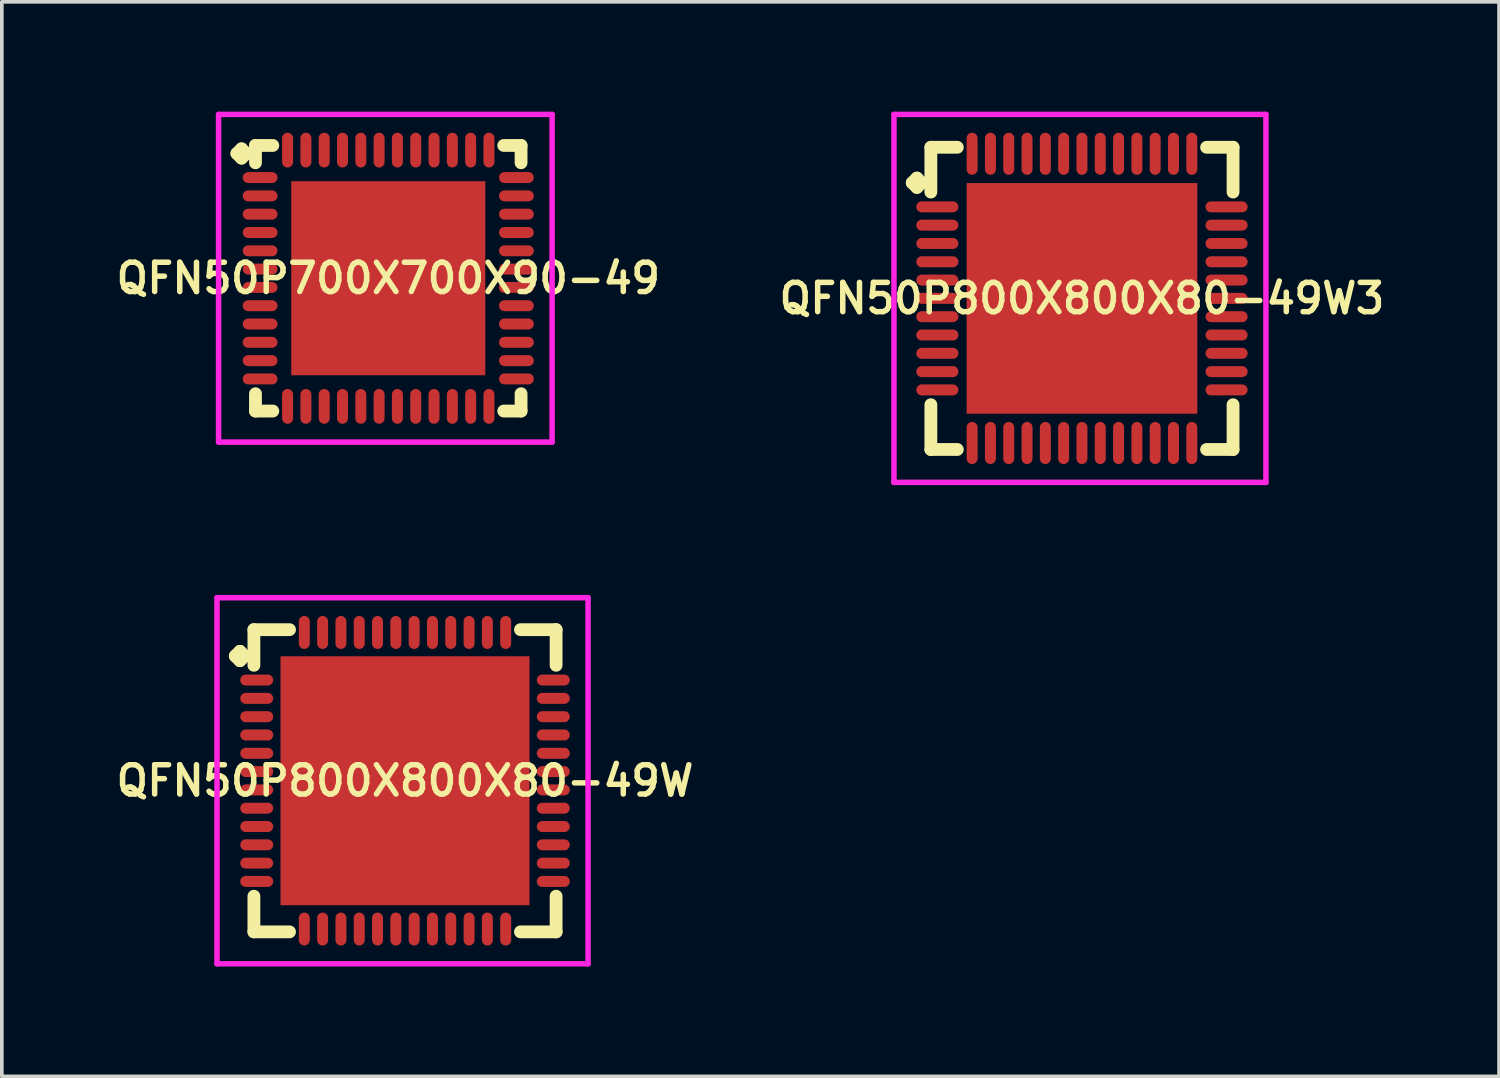
<source format=kicad_pcb>
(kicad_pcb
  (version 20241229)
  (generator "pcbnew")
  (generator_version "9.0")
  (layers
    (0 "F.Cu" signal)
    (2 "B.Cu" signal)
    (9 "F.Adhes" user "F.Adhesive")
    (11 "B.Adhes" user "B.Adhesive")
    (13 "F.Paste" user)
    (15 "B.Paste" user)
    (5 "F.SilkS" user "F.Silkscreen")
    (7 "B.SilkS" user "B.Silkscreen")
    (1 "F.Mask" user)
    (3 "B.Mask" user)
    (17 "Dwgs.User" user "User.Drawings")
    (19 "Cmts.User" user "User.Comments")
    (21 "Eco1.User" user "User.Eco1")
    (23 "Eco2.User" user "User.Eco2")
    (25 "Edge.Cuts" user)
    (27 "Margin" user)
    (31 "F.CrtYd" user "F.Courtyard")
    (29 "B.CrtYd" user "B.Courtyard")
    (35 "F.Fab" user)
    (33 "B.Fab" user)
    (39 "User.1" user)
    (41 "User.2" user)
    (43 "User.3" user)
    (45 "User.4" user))
  (footprint "QFN50P800X800X80-49W"
    (layer "F.Cu")
    (at 8.012 18.275)
    (property "Reference" "QFN50P800X800X80-49W" (at 0 0 0) (layer "F.SilkS") (effects (font (size 0.8 0.8) (thickness 0.15))))
    (attr smd)
    (fp_line (start -4.635 -3.408) (end -4.508 -3.535) (stroke (width 0.35) (type solid)) (layer "F.SilkS"))
    (fp_line (start -4.508 -3.535) (end -4.381 -3.408) (stroke (width 0.35) (type solid)) (layer "F.SilkS"))
    (fp_line (start -4.508 -3.281) (end -4.635 -3.408) (stroke (width 0.35) (type solid)) (layer "F.SilkS"))
    (fp_line (start -4.381 -3.408) (end -4.508 -3.281) (stroke (width 0.35) (type solid)) (layer "F.SilkS"))
    (fp_line (start -4.127 -4.127) (end -3.154 -4.127) (stroke (width 0.35) (type solid)) (layer "F.SilkS"))
    (fp_line (start -4.127 -3.154) (end -4.127 -4.127) (stroke (width 0.35) (type solid)) (layer "F.SilkS"))
    (fp_line (start -4.127 3.154) (end -4.127 4.127) (stroke (width 0.35) (type solid)) (layer "F.SilkS"))
    (fp_line (start -4.127 4.127) (end -3.154 4.127) (stroke (width 0.35) (type solid)) (layer "F.SilkS"))
    (fp_line (start 3.154 -4.127) (end 4.127 -4.127) (stroke (width 0.35) (type solid)) (layer "F.SilkS"))
    (fp_line (start 3.154 4.127) (end 4.127 4.127) (stroke (width 0.35) (type solid)) (layer "F.SilkS"))
    (fp_line (start 4.127 -4.127) (end 4.127 -3.154) (stroke (width 0.35) (type solid)) (layer "F.SilkS"))
    (fp_line (start 4.127 4.127) (end 4.127 3.154) (stroke (width 0.35) (type solid)) (layer "F.SilkS"))
    (fp_line (start -5.135 -5) (end 5 -5) (stroke (width 0.15) (type solid)) (layer "F.CrtYd"))
    (fp_line (start -5.135 5) (end -5.135 -5) (stroke (width 0.15) (type solid)) (layer "F.CrtYd"))
    (fp_line (start 5 -5) (end 5 5) (stroke (width 0.15) (type solid)) (layer "F.CrtYd"))
    (fp_line (start 5 5) (end -5.135 5) (stroke (width 0.15) (type solid)) (layer "F.CrtYd"))
    (pad "1" smd oval (at -4.05 -2.75) (size 0.9 0.3) (layers "F.Cu" "F.Mask" "F.Paste"))
    (pad "2" smd oval (at -4.05 -2.25) (size 0.9 0.3) (layers "F.Cu" "F.Mask" "F.Paste"))
    (pad "3" smd oval (at -4.05 -1.75) (size 0.9 0.3) (layers "F.Cu" "F.Mask" "F.Paste"))
    (pad "4" smd oval (at -4.05 -1.25) (size 0.9 0.3) (layers "F.Cu" "F.Mask" "F.Paste"))
    (pad "5" smd oval (at -4.05 -0.75) (size 0.9 0.3) (layers "F.Cu" "F.Mask" "F.Paste"))
    (pad "6" smd oval (at -4.05 -0.25) (size 0.9 0.3) (layers "F.Cu" "F.Mask" "F.Paste"))
    (pad "7" smd oval (at -4.05 0.25) (size 0.9 0.3) (layers "F.Cu" "F.Mask" "F.Paste"))
    (pad "8" smd oval (at -4.05 0.75) (size 0.9 0.3) (layers "F.Cu" "F.Mask" "F.Paste"))
    (pad "9" smd oval (at -4.05 1.25) (size 0.9 0.3) (layers "F.Cu" "F.Mask" "F.Paste"))
    (pad "10" smd oval (at -4.05 1.75) (size 0.9 0.3) (layers "F.Cu" "F.Mask" "F.Paste"))
    (pad "11" smd oval (at -4.05 2.25) (size 0.9 0.3) (layers "F.Cu" "F.Mask" "F.Paste"))
    (pad "12" smd oval (at -4.05 2.75) (size 0.9 0.3) (layers "F.Cu" "F.Mask" "F.Paste"))
    (pad "13" smd oval (at -2.75 4.05) (size 0.3 0.9) (layers "F.Cu" "F.Mask" "F.Paste"))
    (pad "14" smd oval (at -2.25 4.05) (size 0.3 0.9) (layers "F.Cu" "F.Mask" "F.Paste"))
    (pad "15" smd oval (at -1.75 4.05) (size 0.3 0.9) (layers "F.Cu" "F.Mask" "F.Paste"))
    (pad "16" smd oval (at -1.25 4.05) (size 0.3 0.9) (layers "F.Cu" "F.Mask" "F.Paste"))
    (pad "17" smd oval (at -0.75 4.05) (size 0.3 0.9) (layers "F.Cu" "F.Mask" "F.Paste"))
    (pad "18" smd oval (at -0.25 4.05) (size 0.3 0.9) (layers "F.Cu" "F.Mask" "F.Paste"))
    (pad "19" smd oval (at 0.25 4.05) (size 0.3 0.9) (layers "F.Cu" "F.Mask" "F.Paste"))
    (pad "20" smd oval (at 0.75 4.05) (size 0.3 0.9) (layers "F.Cu" "F.Mask" "F.Paste"))
    (pad "21" smd oval (at 1.25 4.05) (size 0.3 0.9) (layers "F.Cu" "F.Mask" "F.Paste"))
    (pad "22" smd oval (at 1.75 4.05) (size 0.3 0.9) (layers "F.Cu" "F.Mask" "F.Paste"))
    (pad "23" smd oval (at 2.25 4.05) (size 0.3 0.9) (layers "F.Cu" "F.Mask" "F.Paste"))
    (pad "24" smd oval (at 2.75 4.05) (size 0.3 0.9) (layers "F.Cu" "F.Mask" "F.Paste"))
    (pad "25" smd oval (at 4.05 2.75) (size 0.9 0.3) (layers "F.Cu" "F.Mask" "F.Paste"))
    (pad "26" smd oval (at 4.05 2.25) (size 0.9 0.3) (layers "F.Cu" "F.Mask" "F.Paste"))
    (pad "27" smd oval (at 4.05 1.75) (size 0.9 0.3) (layers "F.Cu" "F.Mask" "F.Paste"))
    (pad "28" smd oval (at 4.05 1.25) (size 0.9 0.3) (layers "F.Cu" "F.Mask" "F.Paste"))
    (pad "29" smd oval (at 4.05 0.75) (size 0.9 0.3) (layers "F.Cu" "F.Mask" "F.Paste"))
    (pad "30" smd oval (at 4.05 0.25) (size 0.9 0.3) (layers "F.Cu" "F.Mask" "F.Paste"))
    (pad "31" smd oval (at 4.05 -0.25) (size 0.9 0.3) (layers "F.Cu" "F.Mask" "F.Paste"))
    (pad "32" smd oval (at 4.05 -0.75) (size 0.9 0.3) (layers "F.Cu" "F.Mask" "F.Paste"))
    (pad "33" smd oval (at 4.05 -1.25) (size 0.9 0.3) (layers "F.Cu" "F.Mask" "F.Paste"))
    (pad "34" smd oval (at 4.05 -1.75) (size 0.9 0.3) (layers "F.Cu" "F.Mask" "F.Paste"))
    (pad "35" smd oval (at 4.05 -2.25) (size 0.9 0.3) (layers "F.Cu" "F.Mask" "F.Paste"))
    (pad "36" smd oval (at 4.05 -2.75) (size 0.9 0.3) (layers "F.Cu" "F.Mask" "F.Paste"))
    (pad "37" smd oval (at 2.75 -4.05) (size 0.3 0.9) (layers "F.Cu" "F.Mask" "F.Paste"))
    (pad "38" smd oval (at 2.25 -4.05) (size 0.3 0.9) (layers "F.Cu" "F.Mask" "F.Paste"))
    (pad "39" smd oval (at 1.75 -4.05) (size 0.3 0.9) (layers "F.Cu" "F.Mask" "F.Paste"))
    (pad "40" smd oval (at 1.25 -4.05) (size 0.3 0.9) (layers "F.Cu" "F.Mask" "F.Paste"))
    (pad "41" smd oval (at 0.75 -4.05) (size 0.3 0.9) (layers "F.Cu" "F.Mask" "F.Paste"))
    (pad "42" smd oval (at 0.25 -4.05) (size 0.3 0.9) (layers "F.Cu" "F.Mask" "F.Paste"))
    (pad "43" smd oval (at -0.25 -4.05) (size 0.3 0.9) (layers "F.Cu" "F.Mask" "F.Paste"))
    (pad "44" smd oval (at -0.75 -4.05) (size 0.3 0.9) (layers "F.Cu" "F.Mask" "F.Paste"))
    (pad "45" smd oval (at -1.25 -4.05) (size 0.3 0.9) (layers "F.Cu" "F.Mask" "F.Paste"))
    (pad "46" smd oval (at -1.75 -4.05) (size 0.3 0.9) (layers "F.Cu" "F.Mask" "F.Paste"))
    (pad "47" smd oval (at -2.25 -4.05) (size 0.3 0.9) (layers "F.Cu" "F.Mask" "F.Paste"))
    (pad "48" smd oval (at -2.75 -4.05) (size 0.3 0.9) (layers "F.Cu" "F.Mask" "F.Paste"))
    (pad "49" smd rect (at 0 0) (size 6.8 6.8) (layers "F.Cu" "F.Mask" "F.Paste")))
  (footprint "QFN50P800X800X80-49W3"
    (layer "F.Cu")
    (at 26.502 5.1)
    (property "Reference" "QFN50P800X800X80-49W3" (at 0 0 0) (layer "F.SilkS") (effects (font (size 0.8 0.8) (thickness 0.15))))
    (attr smd)
    (fp_line (start -4.635 -3.158) (end -4.508 -3.285) (stroke (width 0.35) (type solid)) (layer "F.SilkS"))
    (fp_line (start -4.508 -3.285) (end -4.381 -3.158) (stroke (width 0.35) (type solid)) (layer "F.SilkS"))
    (fp_line (start -4.508 -3.031) (end -4.635 -3.158) (stroke (width 0.35) (type solid)) (layer "F.SilkS"))
    (fp_line (start -4.381 -3.158) (end -4.508 -3.031) (stroke (width 0.35) (type solid)) (layer "F.SilkS"))
    (fp_line (start -4.127 -4.127) (end -3.404 -4.127) (stroke (width 0.35) (type solid)) (layer "F.SilkS"))
    (fp_line (start -4.127 -2.904) (end -4.127 -4.127) (stroke (width 0.35) (type solid)) (layer "F.SilkS"))
    (fp_line (start -4.127 2.904) (end -4.127 4.127) (stroke (width 0.35) (type solid)) (layer "F.SilkS"))
    (fp_line (start -4.127 4.127) (end -3.404 4.127) (stroke (width 0.35) (type solid)) (layer "F.SilkS"))
    (fp_line (start 3.404 -4.127) (end 4.127 -4.127) (stroke (width 0.35) (type solid)) (layer "F.SilkS"))
    (fp_line (start 3.404 4.127) (end 4.127 4.127) (stroke (width 0.35) (type solid)) (layer "F.SilkS"))
    (fp_line (start 4.127 -4.127) (end 4.127 -2.904) (stroke (width 0.35) (type solid)) (layer "F.SilkS"))
    (fp_line (start 4.127 4.127) (end 4.127 2.904) (stroke (width 0.35) (type solid)) (layer "F.SilkS"))
    (fp_line (start -5.135 -5.025) (end 5.025 -5.025) (stroke (width 0.15) (type solid)) (layer "F.CrtYd"))
    (fp_line (start -5.135 5.025) (end -5.135 -5.025) (stroke (width 0.15) (type solid)) (layer "F.CrtYd"))
    (fp_line (start 5.025 -5.025) (end 5.025 5.025) (stroke (width 0.15) (type solid)) (layer "F.CrtYd"))
    (fp_line (start 5.025 5.025) (end -5.135 5.025) (stroke (width 0.15) (type solid)) (layer "F.CrtYd"))
    (pad "1" smd oval (at -3.95 -2.5) (size 1.15 0.3) (layers "F.Cu" "F.Mask" "F.Paste"))
    (pad "2" smd oval (at -3.95 -2) (size 1.15 0.3) (layers "F.Cu" "F.Mask" "F.Paste"))
    (pad "3" smd oval (at -3.95 -1.5) (size 1.15 0.3) (layers "F.Cu" "F.Mask" "F.Paste"))
    (pad "4" smd oval (at -3.95 -1) (size 1.15 0.3) (layers "F.Cu" "F.Mask" "F.Paste"))
    (pad "5" smd oval (at -3.95 -0.5) (size 1.15 0.3) (layers "F.Cu" "F.Mask" "F.Paste"))
    (pad "6" smd oval (at -3.95 0) (size 1.15 0.3) (layers "F.Cu" "F.Mask" "F.Paste"))
    (pad "7" smd oval (at -3.95 0.5) (size 1.15 0.3) (layers "F.Cu" "F.Mask" "F.Paste"))
    (pad "8" smd oval (at -3.95 1) (size 1.15 0.3) (layers "F.Cu" "F.Mask" "F.Paste"))
    (pad "9" smd oval (at -3.95 1.5) (size 1.15 0.3) (layers "F.Cu" "F.Mask" "F.Paste"))
    (pad "10" smd oval (at -3.95 2) (size 1.15 0.3) (layers "F.Cu" "F.Mask" "F.Paste"))
    (pad "11" smd oval (at -3.95 2.5) (size 1.15 0.3) (layers "F.Cu" "F.Mask" "F.Paste"))
    (pad "12" smd oval (at -3 3.95) (size 0.3 1.15) (layers "F.Cu" "F.Mask" "F.Paste"))
    (pad "13" smd oval (at -2.5 3.95) (size 0.3 1.15) (layers "F.Cu" "F.Mask" "F.Paste"))
    (pad "14" smd oval (at -2 3.95) (size 0.3 1.15) (layers "F.Cu" "F.Mask" "F.Paste"))
    (pad "15" smd oval (at -1.5 3.95) (size 0.3 1.15) (layers "F.Cu" "F.Mask" "F.Paste"))
    (pad "16" smd oval (at -1 3.95) (size 0.3 1.15) (layers "F.Cu" "F.Mask" "F.Paste"))
    (pad "17" smd oval (at -0.5 3.95) (size 0.3 1.15) (layers "F.Cu" "F.Mask" "F.Paste"))
    (pad "18" smd oval (at 0 3.95) (size 0.3 1.15) (layers "F.Cu" "F.Mask" "F.Paste"))
    (pad "19" smd oval (at 0.5 3.95) (size 0.3 1.15) (layers "F.Cu" "F.Mask" "F.Paste"))
    (pad "20" smd oval (at 1 3.95) (size 0.3 1.15) (layers "F.Cu" "F.Mask" "F.Paste"))
    (pad "21" smd oval (at 1.5 3.95) (size 0.3 1.15) (layers "F.Cu" "F.Mask" "F.Paste"))
    (pad "22" smd oval (at 2 3.95) (size 0.3 1.15) (layers "F.Cu" "F.Mask" "F.Paste"))
    (pad "23" smd oval (at 2.5 3.95) (size 0.3 1.15) (layers "F.Cu" "F.Mask" "F.Paste"))
    (pad "24" smd oval (at 3 3.95) (size 0.3 1.15) (layers "F.Cu" "F.Mask" "F.Paste"))
    (pad "25" smd oval (at 3.95 2.5) (size 1.15 0.3) (layers "F.Cu" "F.Mask" "F.Paste"))
    (pad "26" smd oval (at 3.95 2) (size 1.15 0.3) (layers "F.Cu" "F.Mask" "F.Paste"))
    (pad "27" smd oval (at 3.95 1.5) (size 1.15 0.3) (layers "F.Cu" "F.Mask" "F.Paste"))
    (pad "28" smd oval (at 3.95 1) (size 1.15 0.3) (layers "F.Cu" "F.Mask" "F.Paste"))
    (pad "29" smd oval (at 3.95 0.5) (size 1.15 0.3) (layers "F.Cu" "F.Mask" "F.Paste"))
    (pad "30" smd oval (at 3.95 0) (size 1.15 0.3) (layers "F.Cu" "F.Mask" "F.Paste"))
    (pad "31" smd oval (at 3.95 -0.5) (size 1.15 0.3) (layers "F.Cu" "F.Mask" "F.Paste"))
    (pad "32" smd oval (at 3.95 -1) (size 1.15 0.3) (layers "F.Cu" "F.Mask" "F.Paste"))
    (pad "33" smd oval (at 3.95 -1.5) (size 1.15 0.3) (layers "F.Cu" "F.Mask" "F.Paste"))
    (pad "34" smd oval (at 3.95 -2) (size 1.15 0.3) (layers "F.Cu" "F.Mask" "F.Paste"))
    (pad "35" smd oval (at 3.95 -2.5) (size 1.15 0.3) (layers "F.Cu" "F.Mask" "F.Paste"))
    (pad "36" smd oval (at 3 -3.95) (size 0.3 1.15) (layers "F.Cu" "F.Mask" "F.Paste"))
    (pad "37" smd oval (at 2.5 -3.95) (size 0.3 1.15) (layers "F.Cu" "F.Mask" "F.Paste"))
    (pad "38" smd oval (at 2 -3.95) (size 0.3 1.15) (layers "F.Cu" "F.Mask" "F.Paste"))
    (pad "39" smd oval (at 1.5 -3.95) (size 0.3 1.15) (layers "F.Cu" "F.Mask" "F.Paste"))
    (pad "40" smd oval (at 1 -3.95) (size 0.3 1.15) (layers "F.Cu" "F.Mask" "F.Paste"))
    (pad "41" smd oval (at 0.5 -3.95) (size 0.3 1.15) (layers "F.Cu" "F.Mask" "F.Paste"))
    (pad "42" smd oval (at 0 -3.95) (size 0.3 1.15) (layers "F.Cu" "F.Mask" "F.Paste"))
    (pad "43" smd oval (at -0.5 -3.95) (size 0.3 1.15) (layers "F.Cu" "F.Mask" "F.Paste"))
    (pad "44" smd oval (at -1 -3.95) (size 0.3 1.15) (layers "F.Cu" "F.Mask" "F.Paste"))
    (pad "45" smd oval (at -1.5 -3.95) (size 0.3 1.15) (layers "F.Cu" "F.Mask" "F.Paste"))
    (pad "46" smd oval (at -2 -3.95) (size 0.3 1.15) (layers "F.Cu" "F.Mask" "F.Paste"))
    (pad "47" smd oval (at -2.5 -3.95) (size 0.3 1.15) (layers "F.Cu" "F.Mask" "F.Paste"))
    (pad "48" smd oval (at -3 -3.95) (size 0.3 1.15) (layers "F.Cu" "F.Mask" "F.Paste"))
    (pad "49" smd rect (at 0 0) (size 6.3 6.3) (layers "F.Cu" "F.Mask" "F.Paste")))
  (footprint "QFN50P700X700X90-49"
    (layer "F.Cu")
    (at 7.555 4.55)
    (property "Reference" "QFN50P700X700X90-49" (at 0 0 0) (layer "F.SilkS") (effects (font (size 0.8 0.8) (thickness 0.15))))
    (attr through_hole)
    (fp_line (start -4.135 -3.408) (end -4.008 -3.535) (stroke (width 0.35) (type solid)) (layer "F.SilkS"))
    (fp_line (start -4.008 -3.535) (end -3.881 -3.408) (stroke (width 0.35) (type solid)) (layer "F.SilkS"))
    (fp_line (start -4.008 -3.281) (end -4.135 -3.408) (stroke (width 0.35) (type solid)) (layer "F.SilkS"))
    (fp_line (start -3.881 -3.408) (end -4.008 -3.281) (stroke (width 0.35) (type solid)) (layer "F.SilkS"))
    (fp_line (start -3.627 -3.627) (end -3.154 -3.627) (stroke (width 0.35) (type solid)) (layer "F.SilkS"))
    (fp_line (start -3.627 -3.154) (end -3.627 -3.627) (stroke (width 0.35) (type solid)) (layer "F.SilkS"))
    (fp_line (start -3.627 3.154) (end -3.627 3.627) (stroke (width 0.35) (type solid)) (layer "F.SilkS"))
    (fp_line (start -3.627 3.627) (end -3.154 3.627) (stroke (width 0.35) (type solid)) (layer "F.SilkS"))
    (fp_line (start 3.154 -3.627) (end 3.627 -3.627) (stroke (width 0.35) (type solid)) (layer "F.SilkS"))
    (fp_line (start 3.154 3.627) (end 3.627 3.627) (stroke (width 0.35) (type solid)) (layer "F.SilkS"))
    (fp_line (start 3.627 -3.627) (end 3.627 -3.154) (stroke (width 0.35) (type solid)) (layer "F.SilkS"))
    (fp_line (start 3.627 3.627) (end 3.627 3.154) (stroke (width 0.35) (type solid)) (layer "F.SilkS"))
    (fp_line (start -4.635 -4.475) (end 4.475 -4.475) (stroke (width 0.15) (type solid)) (layer "F.CrtYd"))
    (fp_line (start -4.635 4.475) (end -4.635 -4.475) (stroke (width 0.15) (type solid)) (layer "F.CrtYd"))
    (fp_line (start 4.475 -4.475) (end 4.475 4.475) (stroke (width 0.15) (type solid)) (layer "F.CrtYd"))
    (fp_line (start 4.475 4.475) (end -4.635 4.475) (stroke (width 0.15) (type solid)) (layer "F.CrtYd"))
    (pad "1" smd oval (at -3.5 -2.75) (size 0.95 0.3) (layers "F.Cu" "F.Mask" "F.Paste"))
    (pad "2" smd oval (at -3.5 -2.25) (size 0.95 0.3) (layers "F.Cu" "F.Mask" "F.Paste"))
    (pad "3" smd oval (at -3.5 -1.75) (size 0.95 0.3) (layers "F.Cu" "F.Mask" "F.Paste"))
    (pad "4" smd oval (at -3.5 -1.25) (size 0.95 0.3) (layers "F.Cu" "F.Mask" "F.Paste"))
    (pad "5" smd oval (at -3.5 -0.75) (size 0.95 0.3) (layers "F.Cu" "F.Mask" "F.Paste"))
    (pad "6" smd oval (at -3.5 -0.25) (size 0.95 0.3) (layers "F.Cu" "F.Mask" "F.Paste"))
    (pad "7" smd oval (at -3.5 0.25) (size 0.95 0.3) (layers "F.Cu" "F.Mask" "F.Paste"))
    (pad "8" smd oval (at -3.5 0.75) (size 0.95 0.3) (layers "F.Cu" "F.Mask" "F.Paste"))
    (pad "9" smd oval (at -3.5 1.25) (size 0.95 0.3) (layers "F.Cu" "F.Mask" "F.Paste"))
    (pad "10" smd oval (at -3.5 1.75) (size 0.95 0.3) (layers "F.Cu" "F.Mask" "F.Paste"))
    (pad "11" smd oval (at -3.5 2.25) (size 0.95 0.3) (layers "F.Cu" "F.Mask" "F.Paste"))
    (pad "12" smd oval (at -3.5 2.75) (size 0.95 0.3) (layers "F.Cu" "F.Mask" "F.Paste"))
    (pad "13" smd oval (at -2.75 3.5) (size 0.3 0.95) (layers "F.Cu" "F.Mask" "F.Paste"))
    (pad "14" smd oval (at -2.25 3.5) (size 0.3 0.95) (layers "F.Cu" "F.Mask" "F.Paste"))
    (pad "15" smd oval (at -1.75 3.5) (size 0.3 0.95) (layers "F.Cu" "F.Mask" "F.Paste"))
    (pad "16" smd oval (at -1.25 3.5) (size 0.3 0.95) (layers "F.Cu" "F.Mask" "F.Paste"))
    (pad "17" smd oval (at -0.75 3.5) (size 0.3 0.95) (layers "F.Cu" "F.Mask" "F.Paste"))
    (pad "18" smd oval (at -0.25 3.5) (size 0.3 0.95) (layers "F.Cu" "F.Mask" "F.Paste"))
    (pad "19" smd oval (at 0.25 3.5) (size 0.3 0.95) (layers "F.Cu" "F.Mask" "F.Paste"))
    (pad "20" smd oval (at 0.75 3.5) (size 0.3 0.95) (layers "F.Cu" "F.Mask" "F.Paste"))
    (pad "21" smd oval (at 1.25 3.5) (size 0.3 0.95) (layers "F.Cu" "F.Mask" "F.Paste"))
    (pad "22" smd oval (at 1.75 3.5) (size 0.3 0.95) (layers "F.Cu" "F.Mask" "F.Paste"))
    (pad "23" smd oval (at 2.25 3.5) (size 0.3 0.95) (layers "F.Cu" "F.Mask" "F.Paste"))
    (pad "24" smd oval (at 2.75 3.5) (size 0.3 0.95) (layers "F.Cu" "F.Mask" "F.Paste"))
    (pad "25" smd oval (at 3.5 2.75) (size 0.95 0.3) (layers "F.Cu" "F.Mask" "F.Paste"))
    (pad "26" smd oval (at 3.5 2.25) (size 0.95 0.3) (layers "F.Cu" "F.Mask" "F.Paste"))
    (pad "27" smd oval (at 3.5 1.75) (size 0.95 0.3) (layers "F.Cu" "F.Mask" "F.Paste"))
    (pad "28" smd oval (at 3.5 1.25) (size 0.95 0.3) (layers "F.Cu" "F.Mask" "F.Paste"))
    (pad "29" smd oval (at 3.5 0.75) (size 0.95 0.3) (layers "F.Cu" "F.Mask" "F.Paste"))
    (pad "30" smd oval (at 3.5 0.25) (size 0.95 0.3) (layers "F.Cu" "F.Mask" "F.Paste"))
    (pad "31" smd oval (at 3.5 -0.25) (size 0.95 0.3) (layers "F.Cu" "F.Mask" "F.Paste"))
    (pad "32" smd oval (at 3.5 -0.75) (size 0.95 0.3) (layers "F.Cu" "F.Mask" "F.Paste"))
    (pad "33" smd oval (at 3.5 -1.25) (size 0.95 0.3) (layers "F.Cu" "F.Mask" "F.Paste"))
    (pad "34" smd oval (at 3.5 -1.75) (size 0.95 0.3) (layers "F.Cu" "F.Mask" "F.Paste"))
    (pad "35" smd oval (at 3.5 -2.25) (size 0.95 0.3) (layers "F.Cu" "F.Mask" "F.Paste"))
    (pad "36" smd oval (at 3.5 -2.75) (size 0.95 0.3) (layers "F.Cu" "F.Mask" "F.Paste"))
    (pad "37" smd oval (at 2.75 -3.5) (size 0.3 0.95) (layers "F.Cu" "F.Mask" "F.Paste"))
    (pad "38" smd oval (at 2.25 -3.5) (size 0.3 0.95) (layers "F.Cu" "F.Mask" "F.Paste"))
    (pad "39" smd oval (at 1.75 -3.5) (size 0.3 0.95) (layers "F.Cu" "F.Mask" "F.Paste"))
    (pad "40" smd oval (at 1.25 -3.5) (size 0.3 0.95) (layers "F.Cu" "F.Mask" "F.Paste"))
    (pad "41" smd oval (at 0.75 -3.5) (size 0.3 0.95) (layers "F.Cu" "F.Mask" "F.Paste"))
    (pad "42" smd oval (at 0.25 -3.5) (size 0.3 0.95) (layers "F.Cu" "F.Mask" "F.Paste"))
    (pad "43" smd oval (at -0.25 -3.5) (size 0.3 0.95) (layers "F.Cu" "F.Mask" "F.Paste"))
    (pad "44" smd oval (at -0.75 -3.5) (size 0.3 0.95) (layers "F.Cu" "F.Mask" "F.Paste"))
    (pad "45" smd oval (at -1.25 -3.5) (size 0.3 0.95) (layers "F.Cu" "F.Mask" "F.Paste"))
    (pad "46" smd oval (at -1.75 -3.5) (size 0.3 0.95) (layers "F.Cu" "F.Mask" "F.Paste"))
    (pad "47" smd oval (at -2.25 -3.5) (size 0.3 0.95) (layers "F.Cu" "F.Mask" "F.Paste"))
    (pad "48" smd oval (at -2.75 -3.5) (size 0.3 0.95) (layers "F.Cu" "F.Mask" "F.Paste"))
    (pad "49" smd rect (at 0 0) (size 5.3 5.3) (layers "F.Cu" "F.Mask" "F.Paste")))
  (gr_rect
    (start -3 -3)
    (end 37.894 26.35)
    (stroke (width 0.1) (type default))
    (fill no)
    (layer "Edge.Cuts")))
</source>
